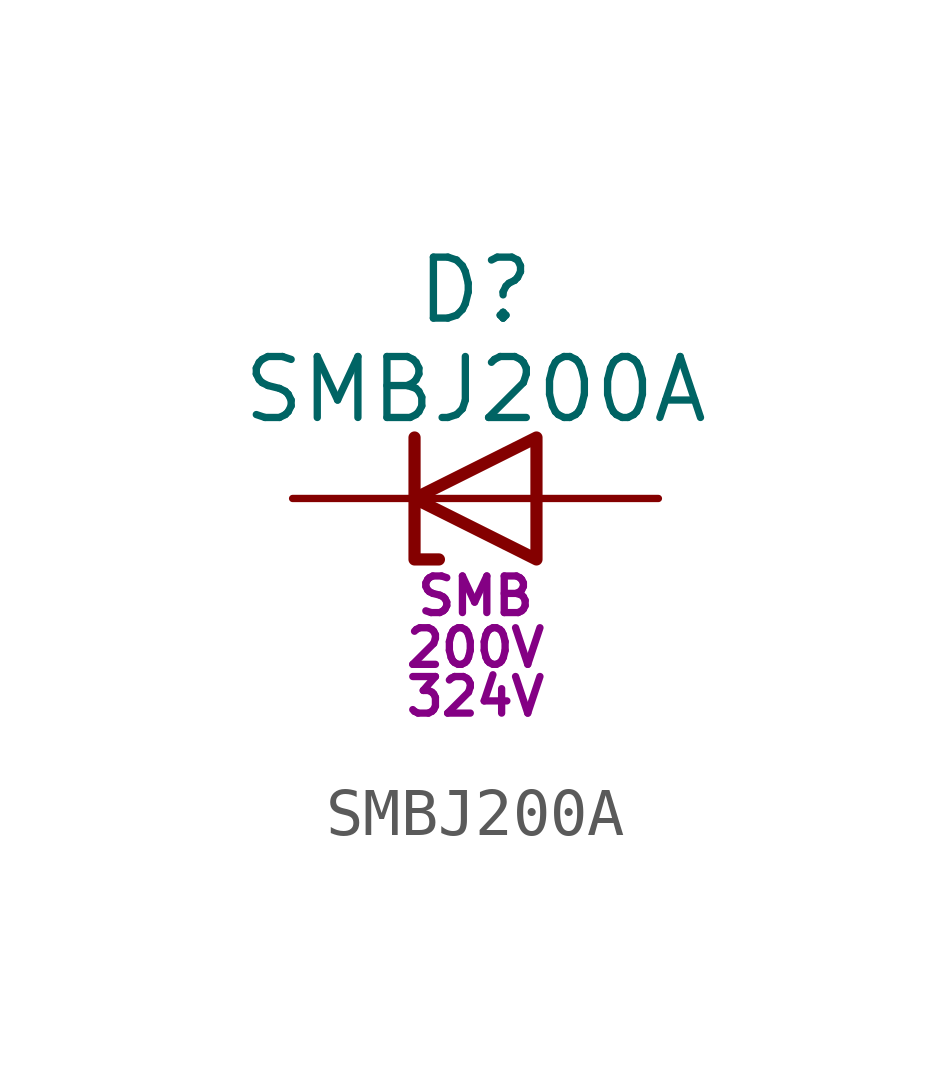
<source format=kicad_sym>
(kicad_symbol_lib
  (version 20220914)
  (generator kicad_symbol_editor)
  (symbol "SMBJ200A"
    (pin_numbers hide)
    (pin_names
      (offset 1.016) hide)
    (property "Reference" "D"
      (at 0 5.08 0)
      (effects (font (size 1.27 1.27)) (justify top)))
    (property "Value" "SMBJ200A"
      (at 0 1.524 0)
      (effects (font (size 1.27 1.27)) (justify bottom)))
    (property "VRWM" "200V"
      (at 0 -3.556 0)
      (effects (font (size 0.762 0.762)) (justify bottom)))
    (property "Vclamp" "324V"
      (at 0 -4.572 0)
      (effects (font (size 0.762 0.762)) (justify bottom)))
    (property "Package" "SMB"
      (at 0 -2.032 0)
      (effects (font (size 0.762 0.762))))
    (symbol "SMBJ200A_0_1"
      (polyline (pts (xy 1.27 0) (xy -1.27 0)) (stroke (width 0) (type default)) (fill (type none)))
      (polyline (pts (xy -1.27 1.27) (xy -1.27 -1.27) (xy -0.762 -1.27)) (stroke (width 0.254) (type default)) (fill (type none)))
      (polyline (pts (xy 1.27 1.27) (xy 1.27 -1.27) (xy -1.27 0) (xy 1.27 1.27)) (stroke (width 0.254) (type default)) (fill (type none))))
    (symbol "SMBJ200A_1_1"
      (pin passive line (at -3.81 0 0) (length 2.54) (name "K" (effects (font (size 1.27 1.27)))) (number "1" (effects (font (size 1.27 1.27)))))
      (pin passive line (at 3.81 0 180) (length 2.54) (name "A" (effects (font (size 1.27 1.27)))) (number "2" (effects (font (size 1.27 1.27))))))))
</source>
